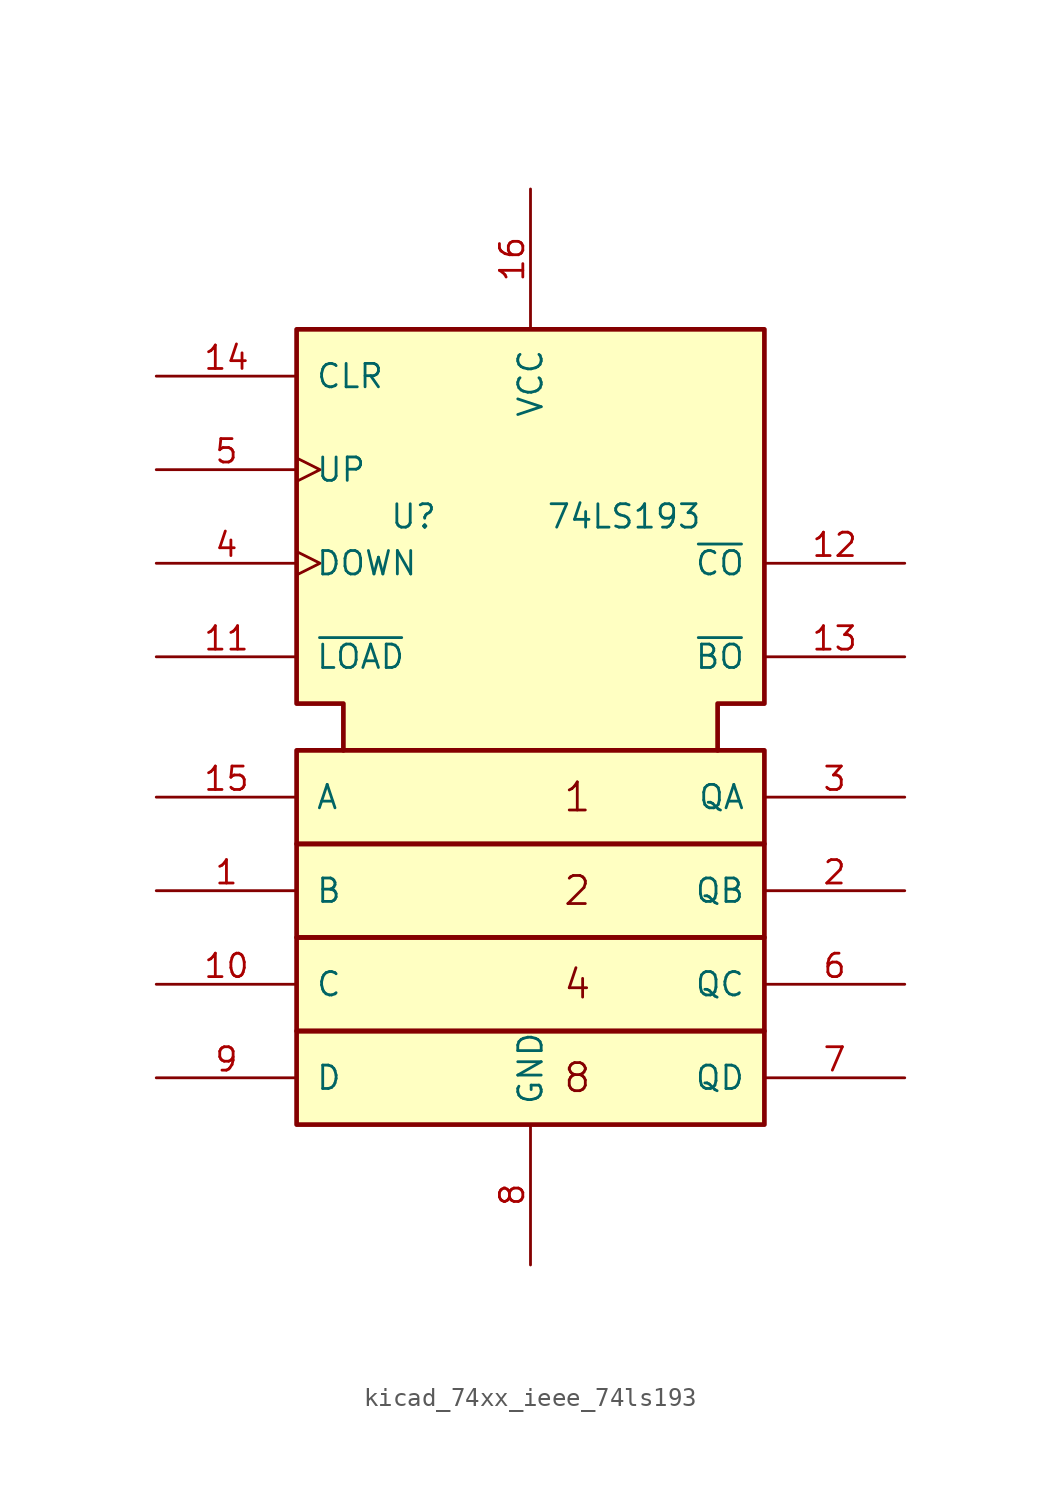
<source format=kicad_sym>
(kicad_symbol_lib
  (version 20220914)
  (generator kicad_symbol_editor)
  (symbol "kicad_74xx_ieee_74ls193"
    (pin_names
      (offset 1.016))
    (property "Reference" "U"
      (at -6.35 12.7 0)
      (effects (font (size 1.27 1.27))))
    (property "Value" "74LS193"
      (at 5.08 12.7 0)
      (effects (font (size 1.27 1.27))))
    (symbol "kicad_74xx_ieee_74ls193_0_0"
      (text "1" (at 2.54 -2.54 0) (effects (font (size 1.524 1.524))))
      (text "2" (at 2.54 -7.62 0) (effects (font (size 1.524 1.524))))
      (text "4" (at 2.54 -12.7 0) (effects (font (size 1.524 1.524))))
      (text "8" (at 2.54 -17.78 0) (effects (font (size 1.524 1.524))))
      (pin power_in line (at 0 30.48 270) (length 7.62) (name "VCC" (effects (font (size 1.27 1.27)))) (number "16" (effects (font (size 1.27 1.27)))))
      (pin power_in line (at 0 -27.94 90) (length 7.62) (name "GND" (effects (font (size 1.27 1.27)))) (number "8" (effects (font (size 1.27 1.27))))))
    (symbol "kicad_74xx_ieee_74ls193_0_1"
      (rectangle (start -12.7 -15.24) (end 12.7 -20.32) (stroke (width 0.254) (type default)) (fill (type background)))
      (rectangle (start -12.7 -10.16) (end 12.7 -15.24) (stroke (width 0.254) (type default)) (fill (type background)))
      (rectangle (start -12.7 -5.08) (end 12.7 -10.16) (stroke (width 0.254) (type default)) (fill (type background)))
      (rectangle (start -12.7 0) (end 12.7 -5.08) (stroke (width 0.254) (type default)) (fill (type background)))
      (polyline (pts (xy -10.16 0) (xy -10.16 2.54) (xy -12.7 2.54) (xy -12.7 22.86) (xy 12.7 22.86) (xy 12.7 2.54) (xy 10.16 2.54) (xy 10.16 0) (xy 10.16 0)) (stroke (width 0.254) (type default)) (fill (type background))))
    (symbol "kicad_74xx_ieee_74ls193_1_1"
      (pin input line (at -20.32 -7.62 0) (length 7.62) (name "B" (effects (font (size 1.27 1.27)))) (number "1" (effects (font (size 1.27 1.27)))))
      (pin input line (at -20.32 -12.7 0) (length 7.62) (name "C" (effects (font (size 1.27 1.27)))) (number "10" (effects (font (size 1.27 1.27)))))
      (pin input line (at -20.32 5.08 0) (length 7.62) (name "~{LOAD}" (effects (font (size 1.27 1.27)))) (number "11" (effects (font (size 1.27 1.27)))))
      (pin output line (at 20.32 10.16 180) (length 7.62) (name "~{CO}" (effects (font (size 1.27 1.27)))) (number "12" (effects (font (size 1.27 1.27)))))
      (pin output line (at 20.32 5.08 180) (length 7.62) (name "~{BO}" (effects (font (size 1.27 1.27)))) (number "13" (effects (font (size 1.27 1.27)))))
      (pin input line (at -20.32 20.32 0) (length 7.62) (name "CLR" (effects (font (size 1.27 1.27)))) (number "14" (effects (font (size 1.27 1.27)))))
      (pin input line (at -20.32 -2.54 0) (length 7.62) (name "A" (effects (font (size 1.27 1.27)))) (number "15" (effects (font (size 1.27 1.27)))))
      (pin output line (at 20.32 -7.62 180) (length 7.62) (name "QB" (effects (font (size 1.27 1.27)))) (number "2" (effects (font (size 1.27 1.27)))))
      (pin output line (at 20.32 -2.54 180) (length 7.62) (name "QA" (effects (font (size 1.27 1.27)))) (number "3" (effects (font (size 1.27 1.27)))))
      (pin input clock (at -20.32 10.16 0) (length 7.62) (name "DOWN" (effects (font (size 1.27 1.27)))) (number "4" (effects (font (size 1.27 1.27)))))
      (pin input clock (at -20.32 15.24 0) (length 7.62) (name "UP" (effects (font (size 1.27 1.27)))) (number "5" (effects (font (size 1.27 1.27)))))
      (pin output line (at 20.32 -12.7 180) (length 7.62) (name "QC" (effects (font (size 1.27 1.27)))) (number "6" (effects (font (size 1.27 1.27)))))
      (pin output line (at 20.32 -17.78 180) (length 7.62) (name "QD" (effects (font (size 1.27 1.27)))) (number "7" (effects (font (size 1.27 1.27)))))
      (pin input line (at -20.32 -17.78 0) (length 7.62) (name "D" (effects (font (size 1.27 1.27)))) (number "9" (effects (font (size 1.27 1.27))))))))
</source>
